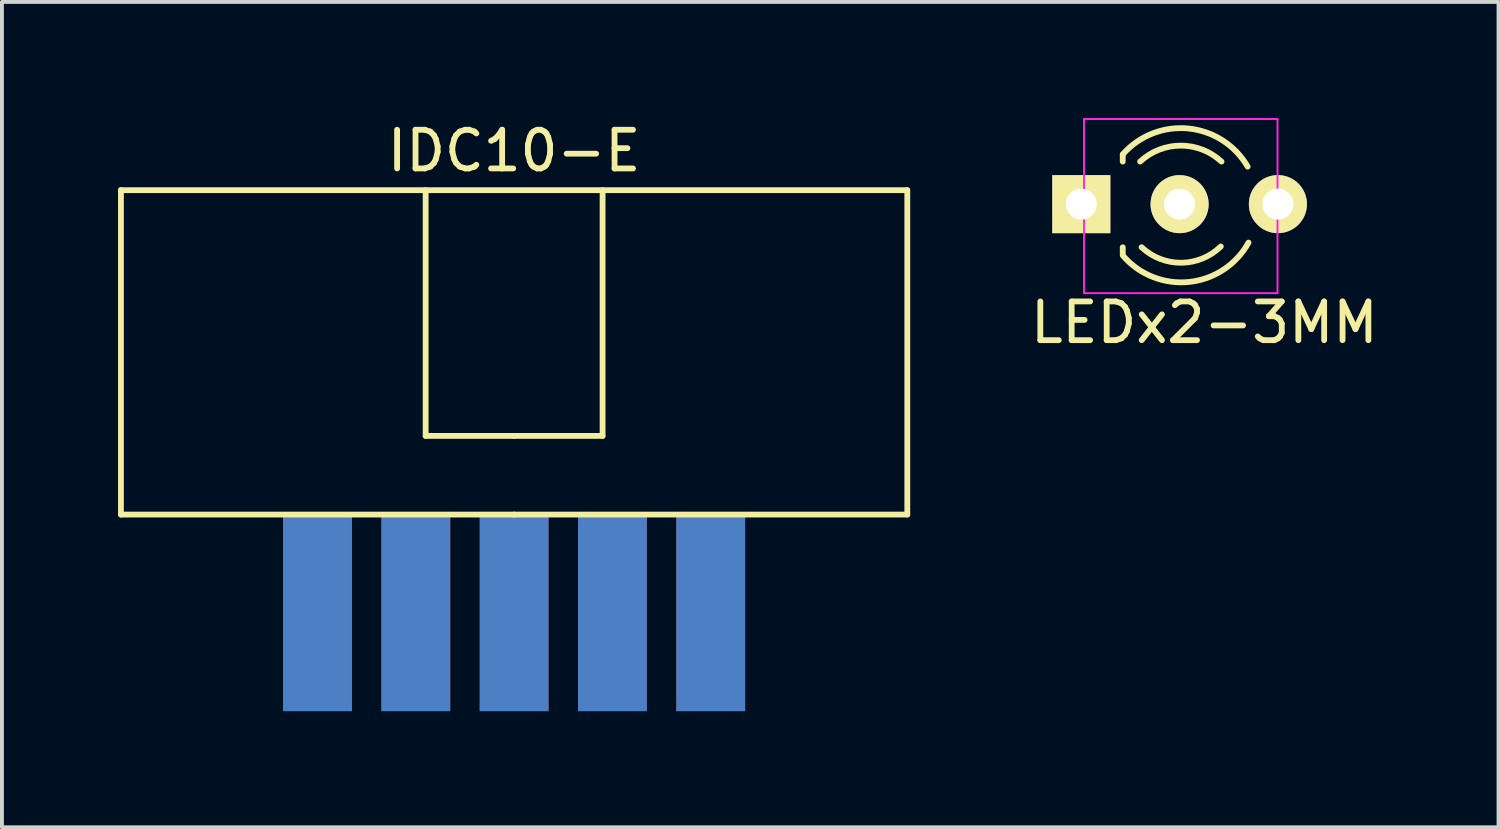
<source format=kicad_pcb>
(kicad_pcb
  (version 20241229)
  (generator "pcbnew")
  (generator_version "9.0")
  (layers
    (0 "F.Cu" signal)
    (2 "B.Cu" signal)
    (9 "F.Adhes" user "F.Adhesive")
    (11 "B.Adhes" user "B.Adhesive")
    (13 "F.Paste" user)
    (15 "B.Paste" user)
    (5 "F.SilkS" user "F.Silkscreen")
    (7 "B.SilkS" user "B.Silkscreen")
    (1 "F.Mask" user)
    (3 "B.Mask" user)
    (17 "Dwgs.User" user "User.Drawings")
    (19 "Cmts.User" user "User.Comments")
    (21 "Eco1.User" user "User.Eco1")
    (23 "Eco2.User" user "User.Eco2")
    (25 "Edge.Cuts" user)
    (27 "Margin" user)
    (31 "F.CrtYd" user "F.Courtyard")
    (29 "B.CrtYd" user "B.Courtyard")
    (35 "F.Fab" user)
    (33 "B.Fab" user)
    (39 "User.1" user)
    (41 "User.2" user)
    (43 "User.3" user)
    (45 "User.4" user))
  (footprint "LEDx2-3MM"
    (layer "F.Cu")
    (at 27.431 2.225)
    (property "Reference" "LEDx2-3MM" (at 0.64 3.06 0) (layer "F.SilkS") (effects (font (size 1 1) (thickness 0.15))))
    (attr through_hole)
    (fp_line (start -1.469 -1.28) (end -1.469 -1.1) (stroke (width 0.15) (type solid)) (layer "F.SilkS"))
    (fp_line (start -1.469 1.314) (end -1.469 1.114) (stroke (width 0.15) (type solid)) (layer "F.SilkS"))
    (fp_arc (start -1.469 -1.286) (mid 0.225903 -1.954571) (end 1.758744 -0.969643) (stroke (width 0.15) (type solid)) (layer "F.SilkS"))
    (fp_arc (start -1.02 -1.1) (mid 0.031686 -1.512142) (end 1.083005 -1.099067) (stroke (width 0.15) (type solid)) (layer "F.SilkS"))
    (fp_arc (start 1.065 1.094) (mid 0.04492 1.51473) (end -0.982889 1.113252) (stroke (width 0.15) (type solid)) (layer "F.SilkS"))
    (fp_arc (start 1.781 0.994) (mid 0.252637 2.009958) (end -1.45622 1.340726) (stroke (width 0.15) (type solid)) (layer "F.SilkS"))
    (fp_line (start -2.47 -2.2) (end -2.47 2.3) (stroke (width 0.05) (type solid)) (layer "F.CrtYd"))
    (fp_line (start -2.47 2.3) (end 2.53 2.3) (stroke (width 0.05) (type solid)) (layer "F.CrtYd"))
    (fp_line (start 2.53 -2.2) (end -2.47 -2.2) (stroke (width 0.05) (type solid)) (layer "F.CrtYd"))
    (fp_line (start 2.53 2.3) (end 2.53 -2.2) (stroke (width 0.05) (type solid)) (layer "F.CrtYd"))
    (pad "1" thru_hole rect (at -2.54 0 90) (size 1.5 1.5) (drill 0.8) (layers "*.Cu" "*.Mask" "F.SilkS"))
    (pad "2" thru_hole circle (at 0 0) (size 1.5 1.5) (drill 0.8) (layers "*.Cu" "*.Mask" "F.SilkS"))
    (pad "3" thru_hole circle (at 2.54 0) (size 1.5 1.5) (drill 0.8) (layers "*.Cu" "*.Mask" "F.SilkS")))
  (footprint "IDC10-E"
    (layer "F.Cu")
    (at 10.235 10.246)
    (property "Reference" "IDC10-E" (at 0 -9.398 0) (layer "F.SilkS") (effects (font (size 1 1) (thickness 0.15))))
    (attr through_hole)
    (fp_line (start -10.16 -8.382) (end -10.16 0) (stroke (width 0.15) (type solid)) (layer "F.SilkS"))
    (fp_line (start -10.16 0) (end 0 0) (stroke (width 0.15) (type solid)) (layer "F.SilkS"))
    (fp_line (start -2.286 -2.032) (end -2.286 -8.382) (stroke (width 0.15) (type solid)) (layer "F.SilkS"))
    (fp_line (start 0 -2.032) (end -2.286 -2.032) (stroke (width 0.15) (type solid)) (layer "F.SilkS"))
    (fp_line (start 0 -2.032) (end 2.286 -2.032) (stroke (width 0.15) (type solid)) (layer "F.SilkS"))
    (fp_line (start 0 0) (end 10.16 0) (stroke (width 0.15) (type solid)) (layer "F.SilkS"))
    (fp_line (start 2.286 -2.032) (end 2.286 -8.382) (stroke (width 0.15) (type solid)) (layer "F.SilkS"))
    (fp_line (start 10.16 -8.382) (end -10.16 -8.382) (stroke (width 0.15) (type solid)) (layer "F.SilkS"))
    (fp_line (start 10.16 0) (end 10.16 -8.382) (stroke (width 0.15) (type solid)) (layer "F.SilkS"))
    (pad "1" connect rect (at -5.08 2.54) (size 1.778 5.08) (layers "F.Cu" "F.Mask"))
    (pad "2" connect rect (at -5.08 2.54) (size 1.778 5.08) (layers "B.Cu" "B.Mask"))
    (pad "3" connect rect (at -2.54 2.54) (size 1.778 5.08) (layers "F.Cu" "F.Mask"))
    (pad "4" connect rect (at -2.54 2.54) (size 1.778 5.08) (layers "B.Cu" "B.Mask"))
    (pad "5" connect rect (at 0 2.54) (size 1.778 5.08) (layers "F.Cu" "F.Mask"))
    (pad "6" connect rect (at 0 2.54) (size 1.778 5.08) (layers "B.Cu" "B.Mask"))
    (pad "7" connect rect (at 2.54 2.54) (size 1.778 5.08) (layers "F.Cu" "F.Mask"))
    (pad "8" connect rect (at 2.54 2.54) (size 1.778 5.08) (layers "B.Cu" "B.Mask"))
    (pad "9" connect rect (at 5.08 2.54) (size 1.778 5.08) (layers "F.Cu" "F.Mask"))
    (pad "10" connect rect (at 5.08 2.54) (size 1.778 5.08) (layers "B.Cu" "B.Mask")))
  (gr_rect
    (start -3 -3)
    (end 35.672 18.326)
    (stroke (width 0.1) (type default))
    (fill no)
    (layer "Edge.Cuts")))
</source>
